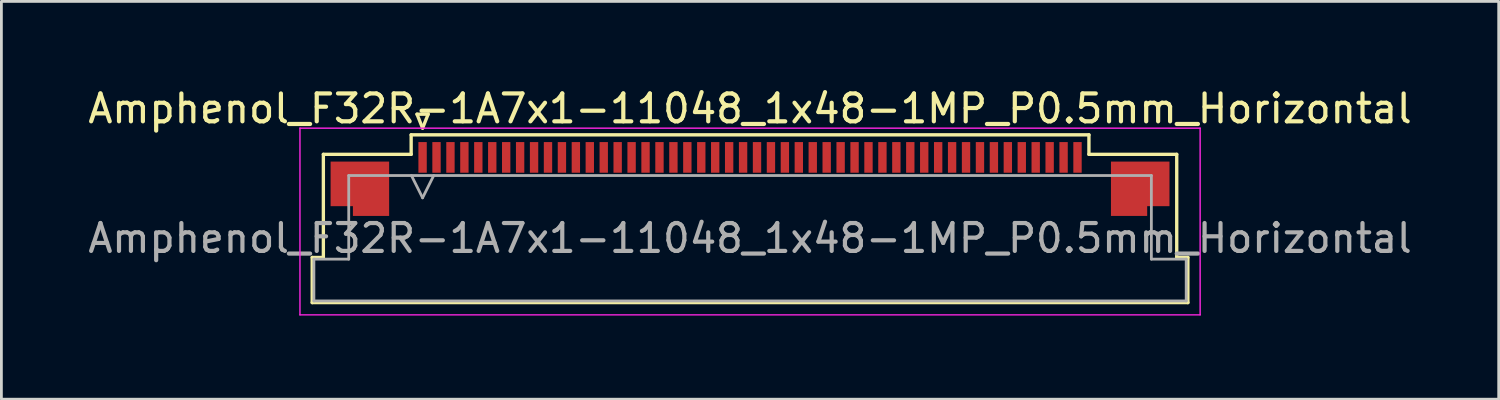
<source format=kicad_pcb>
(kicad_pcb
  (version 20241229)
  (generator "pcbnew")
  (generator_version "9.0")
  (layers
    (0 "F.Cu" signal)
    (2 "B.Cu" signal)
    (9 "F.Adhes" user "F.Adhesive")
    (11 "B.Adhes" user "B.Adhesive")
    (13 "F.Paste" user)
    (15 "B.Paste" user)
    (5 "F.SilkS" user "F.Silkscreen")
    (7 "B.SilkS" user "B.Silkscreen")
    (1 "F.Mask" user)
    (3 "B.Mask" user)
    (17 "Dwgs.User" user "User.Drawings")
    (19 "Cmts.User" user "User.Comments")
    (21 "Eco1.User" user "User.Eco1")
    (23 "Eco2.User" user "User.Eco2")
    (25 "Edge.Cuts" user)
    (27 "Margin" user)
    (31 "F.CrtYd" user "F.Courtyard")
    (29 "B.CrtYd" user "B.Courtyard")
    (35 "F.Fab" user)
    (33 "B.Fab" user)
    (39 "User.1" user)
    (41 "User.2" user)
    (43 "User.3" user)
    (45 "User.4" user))
  (footprint "Amphenol_F32R-1A7x1-11048_1x48-1MP_P0.5mm_Horizontal"
    (layer "F.Cu")
    (at 23.863 5.498)
    (property "Reference" "Amphenol_F32R-1A7x1-11048_1x48-1MP_P0.5mm_Horizontal" (at 0 -4.65 0) (layer "F.SilkS") (effects (font (size 1 1) (thickness 0.15))))
    (attr smd)
    (fp_line (start -15.71 0.69) (end -15.31 0.69) (stroke (width 0.12) (type solid)) (layer "F.SilkS"))
    (fp_line (start -15.71 2.31) (end -15.71 0.69) (stroke (width 0.12) (type solid)) (layer "F.SilkS"))
    (fp_line (start -15.31 -3.01) (end -12.16 -3.01) (stroke (width 0.12) (type solid)) (layer "F.SilkS"))
    (fp_line (start -15.31 0.69) (end -15.31 -3.01) (stroke (width 0.12) (type solid)) (layer "F.SilkS"))
    (fp_line (start -12.16 -3.71) (end 12.16 -3.71) (stroke (width 0.12) (type solid)) (layer "F.SilkS"))
    (fp_line (start -12.16 -3.01) (end -12.16 -3.71) (stroke (width 0.12) (type solid)) (layer "F.SilkS"))
    (fp_line (start -11.95 -4.45) (end -11.75 -3.95) (stroke (width 0.12) (type solid)) (layer "F.SilkS"))
    (fp_line (start -11.75 -3.95) (end -11.55 -4.45) (stroke (width 0.12) (type solid)) (layer "F.SilkS"))
    (fp_line (start -11.55 -4.45) (end -11.95 -4.45) (stroke (width 0.12) (type solid)) (layer "F.SilkS"))
    (fp_line (start 12.16 -3.71) (end 12.16 -3.01) (stroke (width 0.12) (type solid)) (layer "F.SilkS"))
    (fp_line (start 12.16 -3.01) (end 15.31 -3.01) (stroke (width 0.12) (type solid)) (layer "F.SilkS"))
    (fp_line (start 15.31 -3.01) (end 15.31 0.69) (stroke (width 0.12) (type solid)) (layer "F.SilkS"))
    (fp_line (start 15.31 0.69) (end 15.71 0.69) (stroke (width 0.12) (type solid)) (layer "F.SilkS"))
    (fp_line (start 15.71 0.69) (end 15.71 2.31) (stroke (width 0.12) (type solid)) (layer "F.SilkS"))
    (fp_line (start 15.71 2.31) (end -15.71 2.31) (stroke (width 0.12) (type solid)) (layer "F.SilkS"))
    (fp_line (start -16.15 -3.95) (end -16.15 2.75) (stroke (width 0.05) (type solid)) (layer "F.CrtYd"))
    (fp_line (start -16.15 2.75) (end 16.15 2.75) (stroke (width 0.05) (type solid)) (layer "F.CrtYd"))
    (fp_line (start 16.15 -3.95) (end -16.15 -3.95) (stroke (width 0.05) (type solid)) (layer "F.CrtYd"))
    (fp_line (start 16.15 2.75) (end 16.15 -3.95) (stroke (width 0.05) (type solid)) (layer "F.CrtYd"))
    (fp_line (start -15.65 0.75) (end -14.4 0.75) (stroke (width 0.1) (type solid)) (layer "F.Fab"))
    (fp_line (start -15.65 2.25) (end -15.65 0.75) (stroke (width 0.1) (type solid)) (layer "F.Fab"))
    (fp_line (start -14.4 -2.25) (end 14.4 -2.25) (stroke (width 0.1) (type solid)) (layer "F.Fab"))
    (fp_line (start -14.4 0.75) (end -14.4 -2.25) (stroke (width 0.1) (type solid)) (layer "F.Fab"))
    (fp_line (start -12.15 -2.25) (end -11.75 -1.45) (stroke (width 0.1) (type solid)) (layer "F.Fab"))
    (fp_line (start -11.75 -1.45) (end -11.35 -2.25) (stroke (width 0.1) (type solid)) (layer "F.Fab"))
    (fp_line (start 14.4 -2.25) (end 14.4 0.75) (stroke (width 0.1) (type solid)) (layer "F.Fab"))
    (fp_line (start 14.4 0.75) (end 15.65 0.75) (stroke (width 0.1) (type solid)) (layer "F.Fab"))
    (fp_line (start 15.65 0.75) (end 15.65 2.25) (stroke (width 0.1) (type solid)) (layer "F.Fab"))
    (fp_line (start 15.65 2.25) (end -15.65 2.25) (stroke (width 0.1) (type solid)) (layer "F.Fab"))
    (fp_text user "${REFERENCE}" (at 0 0 0) (layer "F.Fab") (effects (font (size 1 1) (thickness 0.15))))
    (pad "1" smd rect (at -11.75 -2.9) (size 0.3 1.1) (layers "F.Cu" "F.Mask" "F.Paste"))
    (pad "2" smd rect (at -11.25 -2.9) (size 0.3 1.1) (layers "F.Cu" "F.Mask" "F.Paste"))
    (pad "3" smd rect (at -10.75 -2.9) (size 0.3 1.1) (layers "F.Cu" "F.Mask" "F.Paste"))
    (pad "4" smd rect (at -10.25 -2.9) (size 0.3 1.1) (layers "F.Cu" "F.Mask" "F.Paste"))
    (pad "5" smd rect (at -9.75 -2.9) (size 0.3 1.1) (layers "F.Cu" "F.Mask" "F.Paste"))
    (pad "6" smd rect (at -9.25 -2.9) (size 0.3 1.1) (layers "F.Cu" "F.Mask" "F.Paste"))
    (pad "7" smd rect (at -8.75 -2.9) (size 0.3 1.1) (layers "F.Cu" "F.Mask" "F.Paste"))
    (pad "8" smd rect (at -8.25 -2.9) (size 0.3 1.1) (layers "F.Cu" "F.Mask" "F.Paste"))
    (pad "9" smd rect (at -7.75 -2.9) (size 0.3 1.1) (layers "F.Cu" "F.Mask" "F.Paste"))
    (pad "10" smd rect (at -7.25 -2.9) (size 0.3 1.1) (layers "F.Cu" "F.Mask" "F.Paste"))
    (pad "11" smd rect (at -6.75 -2.9) (size 0.3 1.1) (layers "F.Cu" "F.Mask" "F.Paste"))
    (pad "12" smd rect (at -6.25 -2.9) (size 0.3 1.1) (layers "F.Cu" "F.Mask" "F.Paste"))
    (pad "13" smd rect (at -5.75 -2.9) (size 0.3 1.1) (layers "F.Cu" "F.Mask" "F.Paste"))
    (pad "14" smd rect (at -5.25 -2.9) (size 0.3 1.1) (layers "F.Cu" "F.Mask" "F.Paste"))
    (pad "15" smd rect (at -4.75 -2.9) (size 0.3 1.1) (layers "F.Cu" "F.Mask" "F.Paste"))
    (pad "16" smd rect (at -4.25 -2.9) (size 0.3 1.1) (layers "F.Cu" "F.Mask" "F.Paste"))
    (pad "17" smd rect (at -3.75 -2.9) (size 0.3 1.1) (layers "F.Cu" "F.Mask" "F.Paste"))
    (pad "18" smd rect (at -3.25 -2.9) (size 0.3 1.1) (layers "F.Cu" "F.Mask" "F.Paste"))
    (pad "19" smd rect (at -2.75 -2.9) (size 0.3 1.1) (layers "F.Cu" "F.Mask" "F.Paste"))
    (pad "20" smd rect (at -2.25 -2.9) (size 0.3 1.1) (layers "F.Cu" "F.Mask" "F.Paste"))
    (pad "21" smd rect (at -1.75 -2.9) (size 0.3 1.1) (layers "F.Cu" "F.Mask" "F.Paste"))
    (pad "22" smd rect (at -1.25 -2.9) (size 0.3 1.1) (layers "F.Cu" "F.Mask" "F.Paste"))
    (pad "23" smd rect (at -0.75 -2.9) (size 0.3 1.1) (layers "F.Cu" "F.Mask" "F.Paste"))
    (pad "24" smd rect (at -0.25 -2.9) (size 0.3 1.1) (layers "F.Cu" "F.Mask" "F.Paste"))
    (pad "25" smd rect (at 0.25 -2.9) (size 0.3 1.1) (layers "F.Cu" "F.Mask" "F.Paste"))
    (pad "26" smd rect (at 0.75 -2.9) (size 0.3 1.1) (layers "F.Cu" "F.Mask" "F.Paste"))
    (pad "27" smd rect (at 1.25 -2.9) (size 0.3 1.1) (layers "F.Cu" "F.Mask" "F.Paste"))
    (pad "28" smd rect (at 1.75 -2.9) (size 0.3 1.1) (layers "F.Cu" "F.Mask" "F.Paste"))
    (pad "29" smd rect (at 2.25 -2.9) (size 0.3 1.1) (layers "F.Cu" "F.Mask" "F.Paste"))
    (pad "30" smd rect (at 2.75 -2.9) (size 0.3 1.1) (layers "F.Cu" "F.Mask" "F.Paste"))
    (pad "31" smd rect (at 3.25 -2.9) (size 0.3 1.1) (layers "F.Cu" "F.Mask" "F.Paste"))
    (pad "32" smd rect (at 3.75 -2.9) (size 0.3 1.1) (layers "F.Cu" "F.Mask" "F.Paste"))
    (pad "33" smd rect (at 4.25 -2.9) (size 0.3 1.1) (layers "F.Cu" "F.Mask" "F.Paste"))
    (pad "34" smd rect (at 4.75 -2.9) (size 0.3 1.1) (layers "F.Cu" "F.Mask" "F.Paste"))
    (pad "35" smd rect (at 5.25 -2.9) (size 0.3 1.1) (layers "F.Cu" "F.Mask" "F.Paste"))
    (pad "36" smd rect (at 5.75 -2.9) (size 0.3 1.1) (layers "F.Cu" "F.Mask" "F.Paste"))
    (pad "37" smd rect (at 6.25 -2.9) (size 0.3 1.1) (layers "F.Cu" "F.Mask" "F.Paste"))
    (pad "38" smd rect (at 6.75 -2.9) (size 0.3 1.1) (layers "F.Cu" "F.Mask" "F.Paste"))
    (pad "39" smd rect (at 7.25 -2.9) (size 0.3 1.1) (layers "F.Cu" "F.Mask" "F.Paste"))
    (pad "40" smd rect (at 7.75 -2.9) (size 0.3 1.1) (layers "F.Cu" "F.Mask" "F.Paste"))
    (pad "41" smd rect (at 8.25 -2.9) (size 0.3 1.1) (layers "F.Cu" "F.Mask" "F.Paste"))
    (pad "42" smd rect (at 8.75 -2.9) (size 0.3 1.1) (layers "F.Cu" "F.Mask" "F.Paste"))
    (pad "43" smd rect (at 9.25 -2.9) (size 0.3 1.1) (layers "F.Cu" "F.Mask" "F.Paste"))
    (pad "44" smd rect (at 9.75 -2.9) (size 0.3 1.1) (layers "F.Cu" "F.Mask" "F.Paste"))
    (pad "45" smd rect (at 10.25 -2.9) (size 0.3 1.1) (layers "F.Cu" "F.Mask" "F.Paste"))
    (pad "46" smd rect (at 10.75 -2.9) (size 0.3 1.1) (layers "F.Cu" "F.Mask" "F.Paste"))
    (pad "47" smd rect (at 11.25 -2.9) (size 0.3 1.1) (layers "F.Cu" "F.Mask" "F.Paste"))
    (pad "48" smd rect (at 11.75 -2.9) (size 0.3 1.1) (layers "F.Cu" "F.Mask" "F.Paste"))
    (pad "MP" smd custom (at -14 -1.775) (size 1 1) (layers "F.Cu" "F.Mask" "F.Paste") (options (anchor circle)) (primitives (gr_poly (pts (xy 1.05 -0.975) (xy 1.05 0.975) (xy -0.25 0.975) (xy -0.25 0.625) (xy -1.05 0.625) (xy -1.05 -0.975) (xy 1.05 -0.975)) (width 0) (fill yes))))
    (pad "MP" smd custom (at 14 -1.775) (size 1 1) (layers "F.Cu" "F.Mask" "F.Paste") (options (anchor circle)) (primitives (gr_poly (pts (xy -1.05 -0.975) (xy -1.05 0.975) (xy 0.25 0.975) (xy 0.25 0.625) (xy 1.05 0.625) (xy 1.05 -0.975) (xy -1.05 -0.975)) (width 0) (fill yes)))))
  (gr_rect
    (start -3 -3)
    (end 50.726 11.273)
    (stroke (width 0.1) (type default))
    (fill no)
    (layer "Edge.Cuts")))
</source>
